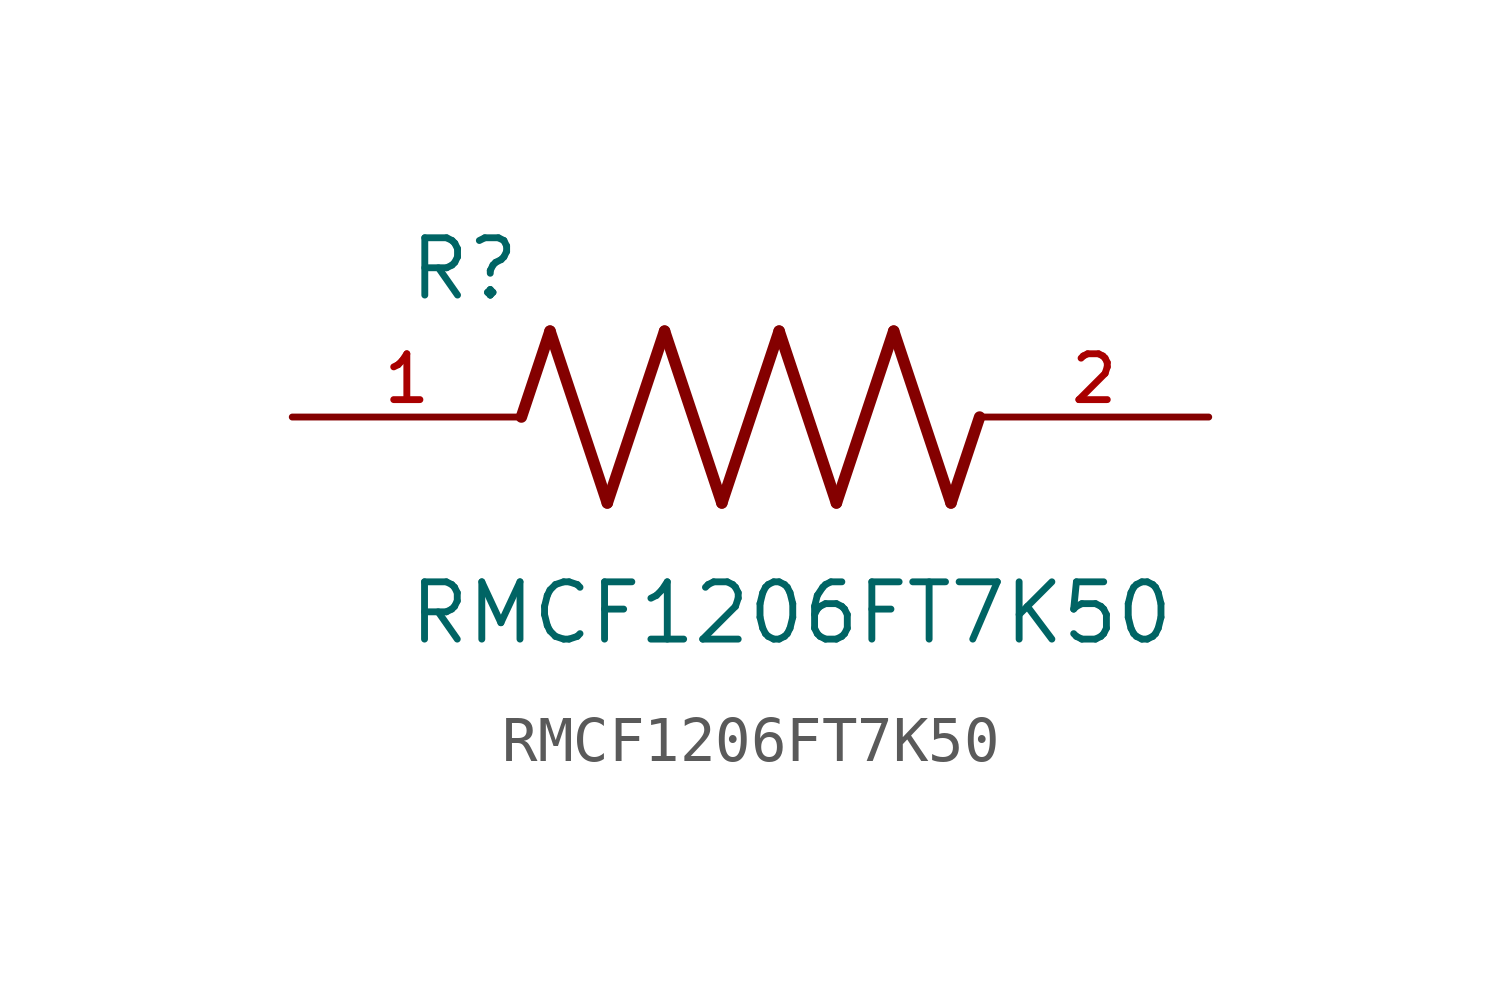
<source format=kicad_sym>
(kicad_symbol_lib
  (version 20211014)
  (generator kicad_symbol_editor)
  (symbol "RMCF1206FT7K50"
    (pin_names
      (offset 1.016))
    (property "Reference" "R"
      (at -7.624 2.541 0)
      (effects (font (size 1.27 1.27)) (justify bottom left)))
    (property "Value" "RMCF1206FT7K50"
      (at -7.63 -5.087 0)
      (effects (font (size 1.27 1.27)) (justify bottom left)))
    (symbol "RMCF1206FT7K50_0_0"
      (polyline (pts (xy -5.08 0.0) (xy -4.445 1.905)) (stroke (width 0.254)))
      (polyline (pts (xy -4.445 1.905) (xy -3.175 -1.905)) (stroke (width 0.254)))
      (polyline (pts (xy -3.175 -1.905) (xy -1.905 1.905)) (stroke (width 0.254)))
      (polyline (pts (xy -1.905 1.905) (xy -0.635 -1.905)) (stroke (width 0.254)))
      (polyline (pts (xy -0.635 -1.905) (xy 0.635 1.905)) (stroke (width 0.254)))
      (polyline (pts (xy 0.635 1.905) (xy 1.905 -1.905)) (stroke (width 0.254)))
      (polyline (pts (xy 1.905 -1.905) (xy 3.175 1.905)) (stroke (width 0.254)))
      (polyline (pts (xy 3.175 1.905) (xy 4.445 -1.905)) (stroke (width 0.254)))
      (polyline (pts (xy 4.445 -1.905) (xy 5.08 0.0)) (stroke (width 0.254)))
      (pin passive line (at -10.16 0.0 0) (length 5.08) (name "~" (effects (font (size 1.016 1.016)))) (number "1" (effects (font (size 1.016 1.016)))))
      (pin passive line (at 10.16 0.0 180.0) (length 5.08) (name "~" (effects (font (size 1.016 1.016)))) (number "2" (effects (font (size 1.016 1.016))))))))
</source>
